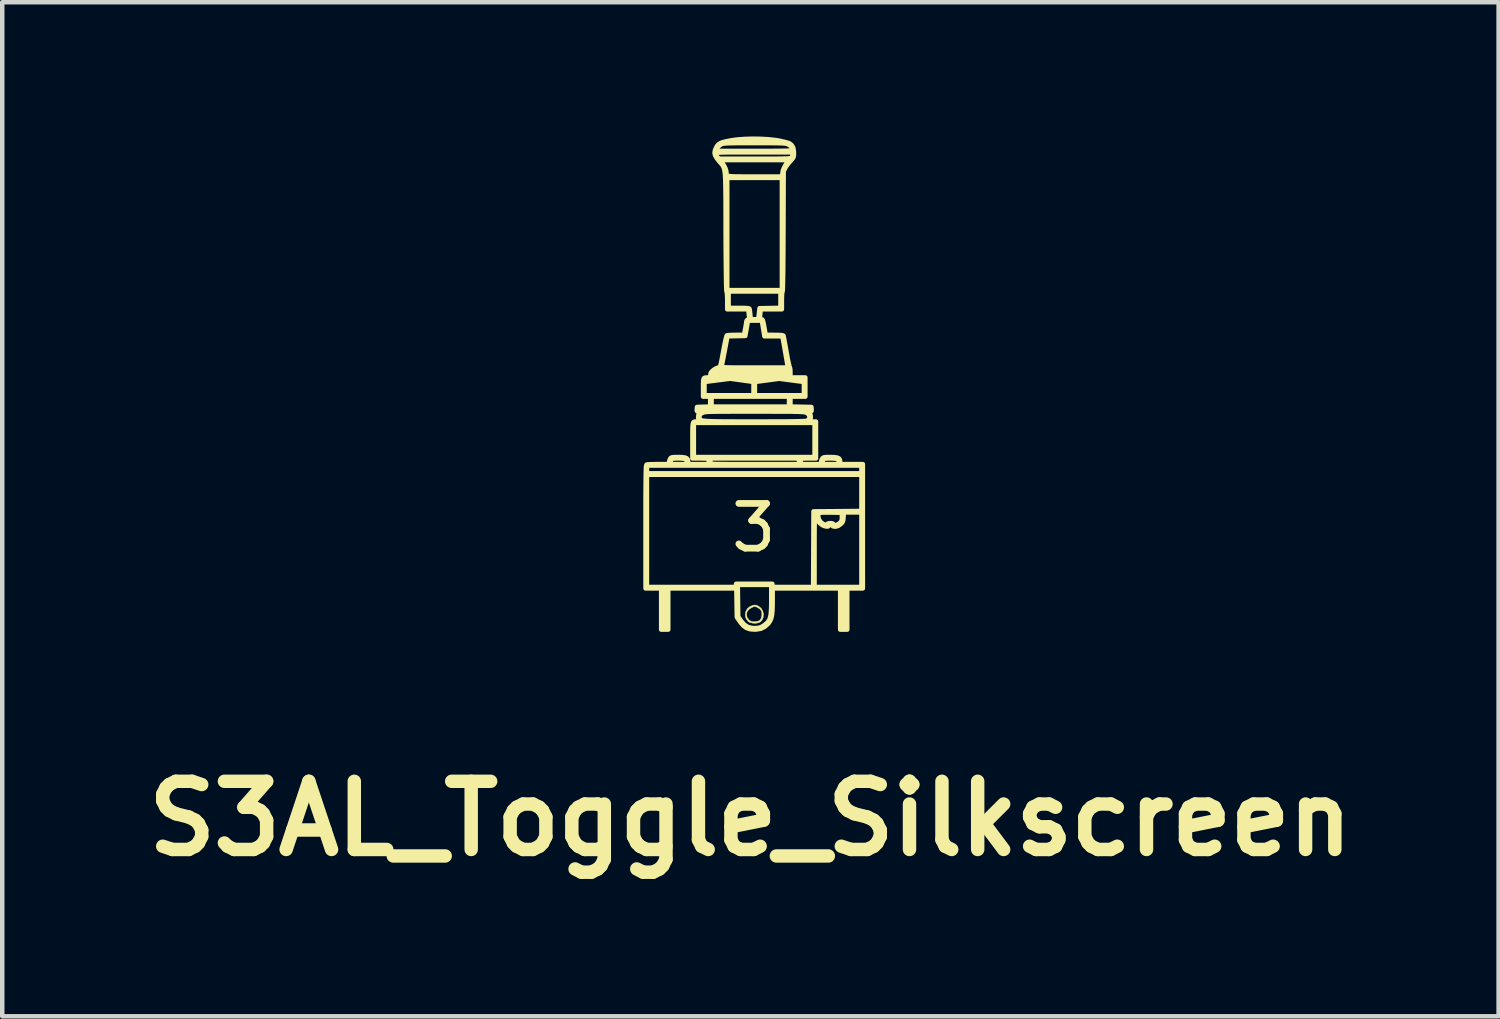
<source format=kicad_pcb>
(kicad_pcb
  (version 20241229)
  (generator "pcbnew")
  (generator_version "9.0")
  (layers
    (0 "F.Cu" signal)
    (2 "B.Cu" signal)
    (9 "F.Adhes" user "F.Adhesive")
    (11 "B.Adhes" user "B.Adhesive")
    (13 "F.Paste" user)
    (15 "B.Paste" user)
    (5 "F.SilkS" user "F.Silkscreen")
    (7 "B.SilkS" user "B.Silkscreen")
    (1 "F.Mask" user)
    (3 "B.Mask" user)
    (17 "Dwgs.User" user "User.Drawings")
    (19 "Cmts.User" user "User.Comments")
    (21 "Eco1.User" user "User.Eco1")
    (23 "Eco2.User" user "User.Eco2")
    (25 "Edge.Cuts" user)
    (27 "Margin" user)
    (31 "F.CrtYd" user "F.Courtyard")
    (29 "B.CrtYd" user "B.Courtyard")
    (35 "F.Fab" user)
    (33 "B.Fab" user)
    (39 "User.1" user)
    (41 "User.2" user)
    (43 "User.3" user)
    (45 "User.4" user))
  (footprint "S3AL_Toggle_Silkscreen"
    (layer "F.Cu")
    (at 13.673 5.673)
    (property "Reference" "S3AL_Toggle_Silkscreen" (at 0.05 9.575 0) (layer "F.SilkS") (effects (font (size 1.524 1.524) (thickness 0.3))))
    (attr through_hole board_only exclude_from_pos_files exclude_from_bom)
    (fp_poly (pts (xy 0.18 4.804) (xy 0.226 4.824) (xy 0.229 4.825) (xy 0.287 4.871) (xy 0.325 4.933) (xy 0.342 5.004) (xy 0.336 5.076) (xy 0.306 5.141) (xy 0.274 5.176) (xy 0.227 5.198) (xy 0.163 5.208) (xy 0.095 5.204) (xy 0.035 5.188) (xy 0.006 5.171) (xy -0.044 5.11) (xy -0.065 5.037) (xy -0.063 5.015) (xy -0.038 5.015) (xy -0.024 5.078) (xy 0.02 5.137) (xy 0.03 5.146) (xy 0.076 5.168) (xy 0.137 5.175) (xy 0.2 5.169) (xy 0.251 5.149) (xy 0.26 5.143) (xy 0.289 5.101) (xy 0.305 5.041) (xy 0.306 4.977) (xy 0.296 4.934) (xy 0.269 4.896) (xy 0.222 4.862) (xy 0.214 4.858) (xy 0.174 4.839) (xy 0.146 4.833) (xy 0.116 4.841) (xy 0.08 4.856) (xy 0.015 4.898) (xy -0.025 4.953) (xy -0.038 5.015) (xy -0.063 5.015) (xy -0.057 4.959) (xy -0.056 4.953) (xy -0.019 4.884) (xy 0.039 4.835) (xy 0.103 4.808) (xy 0.144 4.8) (xy 0.18 4.804)) (stroke (width 0.01) (type solid)) (fill yes) (layer "F.SilkS"))
    (fp_poly (pts (xy 0.281 -5.62) (xy 0.45 -5.611) (xy 0.603 -5.594) (xy 0.675 -5.583) (xy 0.755 -5.566) (xy 0.829 -5.549) (xy 0.888 -5.532) (xy 0.924 -5.519) (xy 0.924 -5.519) (xy 0.976 -5.478) (xy 1.009 -5.419) (xy 1.023 -5.338) (xy 1.024 -5.302) (xy 1.023 -5.25) (xy 1.016 -5.214) (xy 0.999 -5.183) (xy 0.967 -5.145) (xy 0.946 -5.123) (xy 0.9 -5.069) (xy 0.857 -5.011) (xy 0.831 -4.969) (xy 0.794 -4.897) (xy 0.789 -3.552) (xy 0.788 -3.298) (xy 0.787 -3.069) (xy 0.785 -2.864) (xy 0.784 -2.686) (xy 0.781 -2.534) (xy 0.779 -2.41) (xy 0.777 -2.315) (xy 0.774 -2.249) (xy 0.771 -2.213) (xy 0.769 -2.207) (xy 0.763 -2.192) (xy 0.758 -2.149) (xy 0.755 -2.084) (xy 0.754 -2.008) (xy 0.754 -1.81) (xy 0.282 -1.81) (xy 0.272 -1.726) (xy 0.265 -1.66) (xy 0.263 -1.619) (xy 0.268 -1.597) (xy 0.28 -1.589) (xy 0.293 -1.587) (xy 0.308 -1.586) (xy 0.32 -1.578) (xy 0.329 -1.559) (xy 0.339 -1.524) (xy 0.351 -1.468) (xy 0.366 -1.385) (xy 0.392 -1.238) (xy 0.587 -1.238) (xy 0.674 -1.237) (xy 0.734 -1.234) (xy 0.77 -1.229) (xy 0.788 -1.221) (xy 0.791 -1.217) (xy 0.796 -1.195) (xy 0.805 -1.148) (xy 0.818 -1.078) (xy 0.834 -0.992) (xy 0.851 -0.895) (xy 0.858 -0.856) (xy 0.876 -0.756) (xy 0.893 -0.667) (xy 0.909 -0.594) (xy 0.921 -0.542) (xy 0.929 -0.514) (xy 0.931 -0.511) (xy 0.938 -0.493) (xy 0.943 -0.453) (xy 0.944 -0.398) (xy 0.945 -0.396) (xy 0.945 -0.286) (xy 1.278 -0.286) (xy 1.278 0.143) (xy 0.945 0.143) (xy 0.945 0.364) (xy 1.413 0.373) (xy 1.418 0.425) (xy 1.418 0.46) (xy 1.406 0.474) (xy 1.381 0.476) (xy 1.353 0.478) (xy 1.352 0.488) (xy 1.364 0.501) (xy 1.394 0.551) (xy 1.4 0.61) (xy 1.391 0.645) (xy 1.378 0.677) (xy 1.379 0.693) (xy 1.402 0.698) (xy 1.445 0.699) (xy 1.516 0.699) (xy 1.516 1.524) (xy 1.333 1.524) (xy 1.262 1.525) (xy 1.203 1.527) (xy 1.164 1.529) (xy 1.151 1.532) (xy 1.156 1.551) (xy 1.17 1.587) (xy 1.174 1.596) (xy 1.197 1.651) (xy 1.627 1.651) (xy 1.627 1.618) (xy 1.659 1.618) (xy 1.661 1.632) (xy 1.669 1.642) (xy 1.691 1.647) (xy 1.73 1.65) (xy 1.792 1.651) (xy 1.841 1.651) (xy 2.024 1.651) (xy 2.024 1.607) (xy 2.02 1.571) (xy 2.006 1.547) (xy 1.975 1.533) (xy 1.924 1.526) (xy 1.846 1.524) (xy 1.839 1.524) (xy 1.768 1.525) (xy 1.723 1.528) (xy 1.696 1.534) (xy 1.681 1.546) (xy 1.675 1.555) (xy 1.661 1.596) (xy 1.659 1.618) (xy 1.627 1.618) (xy 1.627 1.611) (xy 1.636 1.567) (xy 1.653 1.531) (xy 1.667 1.513) (xy 1.684 1.502) (xy 1.711 1.496) (xy 1.756 1.493) (xy 1.825 1.492) (xy 1.832 1.492) (xy 1.922 1.495) (xy 1.986 1.503) (xy 2.026 1.52) (xy 2.048 1.547) (xy 2.056 1.587) (xy 2.056 1.596) (xy 2.056 1.651) (xy 2.564 1.651) (xy 2.564 4.429) (xy 2.215 4.429) (xy 2.215 5.35) (xy 2.056 5.35) (xy 2.056 4.429) (xy 2.087 4.429) (xy 2.087 5.318) (xy 2.183 5.318) (xy 2.183 4.429) (xy 2.087 4.429) (xy 2.056 4.429) (xy 0.548 4.429) (xy 0.548 4.712) (xy 0.546 4.842) (xy 0.542 4.946) (xy 0.533 5.028) (xy 0.518 5.093) (xy 0.497 5.145) (xy 0.469 5.191) (xy 0.443 5.223) (xy 0.367 5.29) (xy 0.282 5.331) (xy 0.182 5.348) (xy 0.142 5.349) (xy 0.042 5.341) (xy -0.037 5.315) (xy -0.105 5.267) (xy -0.17 5.193) (xy -0.182 5.175) (xy -0.254 5.072) (xy -0.259 4.751) (xy -0.264 4.429) (xy -1.786 4.429) (xy -1.786 5.35) (xy -1.945 5.35) (xy -1.945 4.429) (xy -1.913 4.429) (xy -1.913 5.318) (xy -1.818 5.318) (xy -1.818 4.429) (xy -1.913 4.429) (xy -1.945 4.429) (xy -2.294 4.429) (xy -2.294 3.05) (xy -2.294 2.807) (xy -2.294 2.595) (xy -2.294 2.41) (xy -2.293 2.251) (xy -2.292 2.116) (xy -2.291 2.003) (xy -2.29 1.911) (xy -2.29 1.889) (xy -2.262 1.889) (xy -2.262 4.397) (xy -0.28 4.397) (xy -0.273 4.35) (xy -0.232 4.35) (xy -0.227 4.705) (xy -0.222 5.061) (xy -0.159 5.154) (xy -0.091 5.234) (xy -0.015 5.286) (xy 0.074 5.312) (xy 0.143 5.317) (xy 0.235 5.31) (xy 0.301 5.287) (xy 0.354 5.254) (xy 0.406 5.213) (xy 0.416 5.204) (xy 0.447 5.17) (xy 0.471 5.132) (xy 0.488 5.086) (xy 0.501 5.027) (xy 0.509 4.951) (xy 0.514 4.854) (xy 0.516 4.732) (xy 0.516 4.672) (xy 0.516 4.35) (xy -0.232 4.35) (xy -0.273 4.35) (xy -0.27 4.326) (xy 0.54 4.326) (xy 0.55 4.397) (xy 1.452 4.397) (xy 1.456 3.564) (xy 1.484 3.564) (xy 1.484 4.397) (xy 2.532 4.397) (xy 2.532 2.731) (xy 2.139 2.731) (xy 2.132 2.836) (xy 2.127 2.895) (xy 2.118 2.932) (xy 2.101 2.961) (xy 2.069 2.99) (xy 2.064 2.995) (xy 2.014 3.031) (xy 1.967 3.047) (xy 1.942 3.048) (xy 1.899 3.044) (xy 1.882 3.03) (xy 1.881 3.024) (xy 1.867 3.005) (xy 1.841 3) (xy 1.81 3.009) (xy 1.802 3.024) (xy 1.789 3.043) (xy 1.756 3.047) (xy 1.708 3.037) (xy 1.655 3.014) (xy 1.651 3.012) (xy 1.59 2.963) (xy 1.554 2.899) (xy 1.541 2.815) (xy 1.54 2.806) (xy 1.54 2.804) (xy 1.564 2.804) (xy 1.578 2.878) (xy 1.618 2.942) (xy 1.67 2.983) (xy 1.726 3.009) (xy 1.758 3.014) (xy 1.766 2.999) (xy 1.766 2.996) (xy 1.776 2.981) (xy 1.806 2.973) (xy 1.845 2.97) (xy 1.882 2.975) (xy 1.905 2.988) (xy 1.907 2.992) (xy 1.929 3.013) (xy 1.967 3.012) (xy 2.015 2.99) (xy 2.04 2.971) (xy 2.071 2.942) (xy 2.087 2.915) (xy 2.094 2.878) (xy 2.095 2.832) (xy 2.095 2.738) (xy 1.852 2.734) (xy 1.749 2.733) (xy 1.674 2.734) (xy 1.622 2.739) (xy 1.59 2.749) (xy 1.572 2.764) (xy 1.565 2.786) (xy 1.564 2.804) (xy 1.54 2.804) (xy 1.538 2.759) (xy 1.529 2.736) (xy 1.512 2.731) (xy 1.506 2.732) (xy 1.501 2.738) (xy 1.496 2.752) (xy 1.493 2.775) (xy 1.49 2.81) (xy 1.488 2.86) (xy 1.487 2.927) (xy 1.486 3.015) (xy 1.485 3.124) (xy 1.484 3.258) (xy 1.484 3.42) (xy 1.484 3.564) (xy 1.456 3.564) (xy 1.46 2.707) (xy 1.996 2.703) (xy 2.532 2.698) (xy 2.532 1.889) (xy -2.262 1.889) (xy -2.29 1.889) (xy -2.289 1.836) (xy -2.287 1.778) (xy -2.285 1.734) (xy -2.282 1.702) (xy -2.279 1.683) (xy -2.262 1.683) (xy -2.262 1.857) (xy 2.532 1.857) (xy 2.532 1.683) (xy -2.262 1.683) (xy -2.279 1.683) (xy -2.279 1.681) (xy -2.275 1.668) (xy -2.271 1.662) (xy -2.269 1.661) (xy -2.245 1.657) (xy -2.195 1.654) (xy -2.126 1.652) (xy -2.045 1.651) (xy -2.007 1.651) (xy -1.77 1.651) (xy -1.77 1.618) (xy -1.738 1.618) (xy -1.737 1.632) (xy -1.728 1.642) (xy -1.707 1.647) (xy -1.668 1.65) (xy -1.605 1.651) (xy -1.556 1.651) (xy -1.373 1.651) (xy -1.373 1.607) (xy -1.377 1.571) (xy -1.391 1.547) (xy -1.422 1.533) (xy -1.473 1.526) (xy -1.551 1.524) (xy -1.558 1.524) (xy -1.629 1.525) (xy -1.674 1.528) (xy -1.701 1.534) (xy -1.716 1.546) (xy -1.722 1.555) (xy -1.736 1.596) (xy -1.738 1.618) (xy -1.77 1.618) (xy -1.77 1.611) (xy -1.761 1.567) (xy -1.744 1.531) (xy -1.731 1.513) (xy -1.714 1.502) (xy -1.686 1.496) (xy -1.641 1.493) (xy -1.572 1.492) (xy -1.565 1.492) (xy -1.475 1.495) (xy -1.412 1.503) (xy -1.371 1.52) (xy -1.349 1.547) (xy -1.342 1.587) (xy -1.341 1.596) (xy -1.341 1.651) (xy -0.9 1.651) (xy -0.891 1.626) (xy -0.859 1.626) (xy -0.859 1.631) (xy -0.852 1.635) (xy -0.838 1.639) (xy -0.813 1.642) (xy -0.775 1.645) (xy -0.722 1.647) (xy -0.652 1.648) (xy -0.562 1.649) (xy -0.451 1.65) (xy -0.316 1.651) (xy -0.155 1.651) (xy 0.035 1.651) (xy 0.148 1.651) (xy 1.164 1.651) (xy 1.139 1.587) (xy 1.114 1.524) (xy -0.83 1.524) (xy -0.84 1.562) (xy -0.851 1.603) (xy -0.859 1.626) (xy -0.891 1.626) (xy -0.883 1.601) (xy -0.871 1.563) (xy -0.865 1.538) (xy -0.865 1.538) (xy -0.88 1.532) (xy -0.921 1.528) (xy -0.981 1.525) (xy -1.054 1.524) (xy -1.246 1.524) (xy -1.246 1.121) (xy -1.246 0.994) (xy -1.246 0.896) (xy -1.244 0.822) (xy -1.24 0.769) (xy -1.233 0.734) (xy -1.231 0.73) (xy -1.214 0.73) (xy -1.214 1.492) (xy 1.484 1.492) (xy 1.484 0.73) (xy -1.214 0.73) (xy -1.231 0.73) (xy -1.222 0.713) (xy -1.206 0.702) (xy -1.184 0.699) (xy -1.155 0.698) (xy -1.141 0.699) (xy -1.106 0.697) (xy -1.095 0.687) (xy -1.103 0.668) (xy -1.118 0.614) (xy -1.088 0.614) (xy -1.087 0.63) (xy -1.083 0.644) (xy -1.074 0.656) (xy -1.058 0.666) (xy -1.032 0.675) (xy -0.995 0.681) (xy -0.944 0.686) (xy -0.878 0.69) (xy -0.794 0.693) (xy -0.691 0.695) (xy -0.565 0.697) (xy -0.416 0.697) (xy -0.241 0.698) (xy -0.037 0.698) (xy 0.138 0.698) (xy 0.377 0.698) (xy 0.585 0.697) (xy 0.764 0.697) (xy 0.915 0.696) (xy 1.04 0.694) (xy 1.14 0.692) (xy 1.217 0.69) (xy 1.271 0.687) (xy 1.304 0.683) (xy 1.317 0.68) (xy 1.357 0.648) (xy 1.372 0.605) (xy 1.363 0.56) (xy 1.329 0.52) (xy 1.302 0.503) (xy 1.289 0.498) (xy 1.271 0.493) (xy 1.248 0.49) (xy 1.215 0.486) (xy 1.172 0.484) (xy 1.116 0.481) (xy 1.044 0.48) (xy 0.954 0.478) (xy 0.844 0.478) (xy 0.711 0.477) (xy 0.554 0.477) (xy 0.37 0.476) (xy 0.156 0.476) (xy 0.142 0.476) (xy -0.072 0.476) (xy -0.257 0.476) (xy -0.414 0.477) (xy -0.547 0.477) (xy -0.657 0.478) (xy -0.748 0.479) (xy -0.82 0.481) (xy -0.877 0.482) (xy -0.921 0.485) (xy -0.954 0.488) (xy -0.978 0.492) (xy -0.996 0.496) (xy -1.011 0.502) (xy -1.024 0.508) (xy -1.025 0.508) (xy -1.065 0.532) (xy -1.083 0.556) (xy -1.087 0.592) (xy -1.087 0.595) (xy -1.088 0.614) (xy -1.118 0.614) (xy -1.118 0.613) (xy -1.113 0.556) (xy -1.089 0.51) (xy -1.087 0.508) (xy -1.056 0.476) (xy -1.104 0.476) (xy -1.137 0.473) (xy -1.149 0.458) (xy -1.148 0.425) (xy -1.148 0.421) (xy -1.119 0.421) (xy -1.116 0.425) (xy -1.107 0.429) (xy -1.088 0.432) (xy -1.058 0.435) (xy -1.015 0.437) (xy -0.958 0.439) (xy -0.883 0.441) (xy -0.79 0.442) (xy -0.675 0.443) (xy -0.538 0.444) (xy -0.375 0.444) (xy -0.186 0.444) (xy 0.032 0.444) (xy 0.135 0.445) (xy 0.366 0.444) (xy 0.567 0.444) (xy 0.741 0.444) (xy 0.889 0.443) (xy 1.013 0.443) (xy 1.115 0.441) (xy 1.198 0.44) (xy 1.262 0.438) (xy 1.311 0.436) (xy 1.346 0.433) (xy 1.37 0.43) (xy 1.383 0.427) (xy 1.389 0.423) (xy 1.389 0.421) (xy 1.386 0.416) (xy 1.376 0.412) (xy 1.358 0.409) (xy 1.328 0.406) (xy 1.285 0.404) (xy 1.227 0.402) (xy 1.153 0.401) (xy 1.059 0.399) (xy 0.945 0.398) (xy 0.807 0.398) (xy 0.645 0.397) (xy 0.456 0.397) (xy 0.238 0.397) (xy 0.135 0.397) (xy -0.096 0.397) (xy -0.298 0.397) (xy -0.471 0.397) (xy -0.619 0.398) (xy -0.743 0.399) (xy -0.845 0.4) (xy -0.928 0.401) (xy -0.993 0.403) (xy -1.041 0.405) (xy -1.077 0.408) (xy -1.1 0.411) (xy -1.113 0.415) (xy -1.119 0.419) (xy -1.119 0.421) (xy -1.148 0.421) (xy -1.143 0.373) (xy -0.996 0.368) (xy -0.849 0.364) (xy -0.849 0.143) (xy -0.818 0.143) (xy -0.818 0.365) (xy 0.913 0.365) (xy 0.913 0.143) (xy -0.818 0.143) (xy -0.849 0.143) (xy -1.008 0.143) (xy -1.008 -0.062) (xy -1.008 -0.15) (xy -1.006 -0.185) (xy -0.976 -0.185) (xy -0.976 0.111) (xy 0.119 0.111) (xy 0.119 -0.185) (xy 0.151 -0.185) (xy 0.151 0.111) (xy 1.246 0.111) (xy 1.246 -0.185) (xy 0.97 -0.221) (xy 0.765 -0.248) (xy 1.061 -0.248) (xy 1.063 -0.245) (xy 1.09 -0.239) (xy 1.095 -0.238) (xy 1.172 -0.227) (xy 1.223 -0.226) (xy 1.245 -0.234) (xy 1.246 -0.238) (xy 1.231 -0.246) (xy 1.192 -0.251) (xy 1.139 -0.252) (xy 1.085 -0.25) (xy 1.061 -0.248) (xy 0.765 -0.248) (xy 0.694 -0.257) (xy 0.422 -0.221) (xy 0.151 -0.185) (xy 0.119 -0.185) (xy 0.119 -0.186) (xy -0.141 -0.222) (xy -0.298 -0.244) (xy -0.025 -0.244) (xy -0.023 -0.24) (xy -0.016 -0.238) (xy 0.078 -0.228) (xy 0.183 -0.227) (xy 0.279 -0.235) (xy 0.294 -0.237) (xy 0.313 -0.242) (xy 0.306 -0.246) (xy 0.271 -0.248) (xy 0.206 -0.25) (xy 0.143 -0.25) (xy 0.06 -0.249) (xy 0.003 -0.247) (xy -0.025 -0.244) (xy -0.298 -0.244) (xy -0.402 -0.258) (xy -0.976 -0.185) (xy -1.006 -0.185) (xy -1.005 -0.211) (xy -1.001 -0.237) (xy -0.976 -0.237) (xy -0.963 -0.228) (xy -0.92 -0.227) (xy -0.869 -0.231) (xy -0.814 -0.237) (xy -0.774 -0.243) (xy -0.755 -0.248) (xy -0.755 -0.248) (xy -0.767 -0.251) (xy -0.802 -0.253) (xy -0.855 -0.254) (xy -0.863 -0.254) (xy -0.926 -0.252) (xy -0.965 -0.245) (xy -0.976 -0.237) (xy -1.001 -0.237) (xy -0.998 -0.251) (xy -0.985 -0.273) (xy -0.962 -0.283) (xy -0.928 -0.286) (xy -0.905 -0.286) (xy -0.869 -0.288) (xy -0.853 -0.303) (xy -0.847 -0.338) (xy -0.846 -0.345) (xy -0.839 -0.381) (xy -0.818 -0.381) (xy -0.818 -0.286) (xy 0.913 -0.286) (xy 0.913 -0.381) (xy -0.818 -0.381) (xy -0.839 -0.381) (xy -0.838 -0.385) (xy -0.82 -0.413) (xy -0.774 -0.413) (xy 0.069 -0.413) (xy 0.254 -0.413) (xy 0.41 -0.413) (xy 0.539 -0.413) (xy 0.644 -0.414) (xy 0.727 -0.415) (xy 0.791 -0.416) (xy 0.838 -0.419) (xy 0.871 -0.421) (xy 0.893 -0.425) (xy 0.905 -0.429) (xy 0.911 -0.435) (xy 0.913 -0.441) (xy 0.913 -0.445) (xy 0.912 -0.452) (xy 0.908 -0.458) (xy 0.899 -0.463) (xy 0.882 -0.466) (xy 0.854 -0.47) (xy 0.812 -0.472) (xy 0.755 -0.474) (xy 0.679 -0.475) (xy 0.582 -0.476) (xy 0.462 -0.476) (xy 0.315 -0.476) (xy 0.14 -0.476) (xy 0.11 -0.476) (xy -0.071 -0.476) (xy -0.222 -0.476) (xy -0.347 -0.476) (xy -0.449 -0.475) (xy -0.529 -0.474) (xy -0.591 -0.472) (xy -0.638 -0.469) (xy -0.672 -0.466) (xy -0.696 -0.462) (xy -0.713 -0.457) (xy -0.725 -0.451) (xy -0.734 -0.445) (xy -0.774 -0.413) (xy -0.82 -0.413) (xy -0.816 -0.418) (xy -0.774 -0.455) (xy -0.773 -0.456) (xy -0.727 -0.485) (xy -0.685 -0.504) (xy -0.667 -0.508) (xy -0.655 -0.508) (xy -0.645 -0.511) (xy -0.636 -0.519) (xy -0.63 -0.532) (xy -0.592 -0.532) (xy -0.59 -0.526) (xy -0.581 -0.521) (xy -0.564 -0.517) (xy -0.535 -0.514) (xy -0.492 -0.512) (xy -0.433 -0.51) (xy -0.354 -0.509) (xy -0.253 -0.508) (xy -0.127 -0.508) (xy 0.027 -0.508) (xy 0.143 -0.508) (xy 0.885 -0.508) (xy 0.875 -0.575) (xy 0.869 -0.613) (xy 0.858 -0.676) (xy 0.844 -0.756) (xy 0.828 -0.848) (xy 0.815 -0.925) (xy 0.765 -1.206) (xy 0.363 -1.206) (xy 0.305 -1.556) (xy -0.003 -1.556) (xy -0.033 -1.385) (xy -0.064 -1.214) (xy -0.263 -1.21) (xy -0.462 -1.206) (xy -0.522 -0.888) (xy -0.541 -0.79) (xy -0.558 -0.701) (xy -0.573 -0.626) (xy -0.584 -0.571) (xy -0.59 -0.542) (xy -0.591 -0.539) (xy -0.592 -0.532) (xy -0.63 -0.532) (xy -0.627 -0.538) (xy -0.618 -0.568) (xy -0.607 -0.616) (xy -0.593 -0.682) (xy -0.576 -0.772) (xy -0.554 -0.889) (xy -0.545 -0.937) (xy -0.528 -1.027) (xy -0.511 -1.106) (xy -0.496 -1.17) (xy -0.484 -1.211) (xy -0.477 -1.226) (xy -0.455 -1.231) (xy -0.409 -1.235) (xy -0.345 -1.237) (xy -0.276 -1.238) (xy -0.091 -1.238) (xy -0.066 -1.379) (xy -0.054 -1.445) (xy -0.045 -1.501) (xy -0.04 -1.537) (xy -0.04 -1.545) (xy -0.026 -1.569) (xy -0.006 -1.58) (xy 0.014 -1.59) (xy 0.022 -1.61) (xy 0.02 -1.649) (xy 0.018 -1.663) (xy 0.012 -1.716) (xy 0.008 -1.762) (xy 0.008 -1.772) (xy 0.008 -1.81) (xy -0.468 -1.81) (xy -0.468 -2.008) (xy -0.47 -2.09) (xy -0.473 -2.153) (xy -0.478 -2.193) (xy -0.484 -2.207) (xy -0.437 -2.207) (xy -0.437 -1.841) (xy -0.206 -1.841) (xy -0.108 -1.841) (xy -0.039 -1.838) (xy 0.005 -1.833) (xy 0.027 -1.826) (xy 0.031 -1.822) (xy 0.036 -1.796) (xy 0.042 -1.75) (xy 0.048 -1.695) (xy 0.058 -1.587) (xy 0.226 -1.587) (xy 0.24 -1.711) (xy 0.254 -1.834) (xy 0.488 -1.838) (xy 0.722 -1.842) (xy 0.722 -2.207) (xy -0.437 -2.207) (xy -0.484 -2.207) (xy -0.487 -2.222) (xy -0.489 -2.269) (xy -0.492 -2.345) (xy -0.494 -2.45) (xy -0.496 -2.584) (xy -0.498 -2.744) (xy -0.5 -2.93) (xy -0.502 -3.141) (xy -0.503 -3.376) (xy -0.504 -3.552) (xy -0.504 -3.794) (xy -0.505 -4.007) (xy -0.505 -4.192) (xy -0.506 -4.352) (xy -0.508 -4.489) (xy -0.51 -4.604) (xy -0.512 -4.701) (xy -0.515 -4.747) (xy -0.468 -4.747) (xy -0.468 -2.238) (xy 0.754 -2.238) (xy 0.754 -4.747) (xy -0.468 -4.747) (xy -0.515 -4.747) (xy -0.516 -4.781) (xy -0.521 -4.846) (xy -0.528 -4.899) (xy -0.536 -4.941) (xy -0.546 -4.975) (xy -0.559 -5.003) (xy -0.573 -5.027) (xy -0.59 -5.05) (xy -0.61 -5.072) (xy -0.632 -5.097) (xy -0.651 -5.119) (xy -0.67 -5.144) (xy -0.63 -5.144) (xy -0.586 -5.092) (xy -0.542 -5.029) (xy -0.508 -4.961) (xy -0.488 -4.897) (xy -0.485 -4.871) (xy -0.485 -4.848) (xy -0.484 -4.829) (xy -0.479 -4.813) (xy -0.467 -4.802) (xy -0.445 -4.793) (xy -0.411 -4.787) (xy -0.36 -4.782) (xy -0.292 -4.78) (xy -0.201 -4.779) (xy -0.087 -4.778) (xy 0.055 -4.778) (xy 0.143 -4.778) (xy 0.75 -4.778) (xy 0.76 -4.814) (xy 0.768 -4.859) (xy 0.77 -4.883) (xy 0.778 -4.92) (xy 0.8 -4.972) (xy 0.83 -5.029) (xy 0.863 -5.08) (xy 0.885 -5.108) (xy 0.918 -5.144) (xy -0.63 -5.144) (xy -0.67 -5.144) (xy -0.708 -5.192) (xy -0.741 -5.253) (xy -0.748 -5.289) (xy -0.722 -5.289) (xy -0.713 -5.256) (xy -0.69 -5.218) (xy -0.689 -5.217) (xy -0.657 -5.175) (xy 0.151 -5.175) (xy 0.332 -5.175) (xy 0.484 -5.175) (xy 0.609 -5.176) (xy 0.711 -5.177) (xy 0.791 -5.178) (xy 0.852 -5.179) (xy 0.898 -5.182) (xy 0.93 -5.185) (xy 0.951 -5.189) (xy 0.964 -5.194) (xy 0.971 -5.199) (xy 0.976 -5.206) (xy 0.989 -5.246) (xy 0.992 -5.277) (xy 0.992 -5.318) (xy 0.135 -5.318) (xy -0.052 -5.318) (xy -0.209 -5.318) (xy -0.34 -5.318) (xy -0.446 -5.317) (xy -0.531 -5.316) (xy -0.596 -5.314) (xy -0.645 -5.312) (xy -0.679 -5.309) (xy -0.701 -5.306) (xy -0.714 -5.302) (xy -0.721 -5.296) (xy -0.722 -5.29) (xy -0.722 -5.289) (xy -0.748 -5.289) (xy -0.752 -5.308) (xy -0.745 -5.35) (xy -0.722 -5.35) (xy 0.135 -5.35) (xy 0.323 -5.35) (xy 0.482 -5.35) (xy 0.613 -5.351) (xy 0.721 -5.352) (xy 0.806 -5.353) (xy 0.872 -5.355) (xy 0.92 -5.357) (xy 0.954 -5.36) (xy 0.976 -5.363) (xy 0.988 -5.368) (xy 0.992 -5.373) (xy 0.992 -5.375) (xy 0.977 -5.427) (xy 0.931 -5.473) (xy 0.897 -5.493) (xy 0.881 -5.5) (xy 0.863 -5.507) (xy 0.84 -5.512) (xy 0.809 -5.516) (xy 0.768 -5.519) (xy 0.713 -5.521) (xy 0.641 -5.523) (xy 0.548 -5.524) (xy 0.433 -5.524) (xy 0.292 -5.524) (xy 0.143 -5.524) (xy -0.024 -5.524) (xy -0.163 -5.524) (xy -0.275 -5.524) (xy -0.365 -5.522) (xy -0.436 -5.521) (xy -0.489 -5.518) (xy -0.529 -5.515) (xy -0.559 -5.511) (xy -0.581 -5.506) (xy -0.598 -5.499) (xy -0.608 -5.494) (xy -0.664 -5.451) (xy -0.695 -5.407) (xy -0.722 -5.35) (xy -0.745 -5.35) (xy -0.742 -5.366) (xy -0.717 -5.423) (xy -0.693 -5.465) (xy -0.664 -5.498) (xy -0.625 -5.523) (xy -0.572 -5.544) (xy -0.499 -5.563) (xy -0.468 -5.569) (xy -0.258 -5.569) (xy -0.232 -5.566) (xy -0.178 -5.563) (xy -0.096 -5.561) (xy 0.01 -5.56) (xy 0.135 -5.56) (xy 0.248 -5.56) (xy 0.348 -5.562) (xy 0.431 -5.563) (xy 0.493 -5.566) (xy 0.531 -5.568) (xy 0.542 -5.571) (xy 0.54 -5.572) (xy 0.506 -5.576) (xy 0.447 -5.58) (xy 0.368 -5.582) (xy 0.275 -5.584) (xy 0.175 -5.585) (xy 0.072 -5.585) (xy -0.027 -5.584) (xy -0.115 -5.582) (xy -0.188 -5.579) (xy -0.238 -5.575) (xy -0.254 -5.573) (xy -0.258 -5.569) (xy -0.468 -5.569) (xy -0.4 -5.583) (xy -0.371 -5.588) (xy -0.231 -5.607) (xy -0.069 -5.618) (xy 0.105 -5.623) (xy 0.281 -5.62)) (stroke (width 0.1) (type solid)) (fill yes) (layer "F.SilkS"))
    (fp_text user "3" (at 0.125 3.075 0) (layer "F.SilkS") (effects (font (size 1 1) (thickness 0.15)))))
  (gr_rect
    (start -3 -3)
    (end 30.447 19.666)
    (stroke (width 0.1) (type default))
    (fill no)
    (layer "Edge.Cuts")))
</source>
